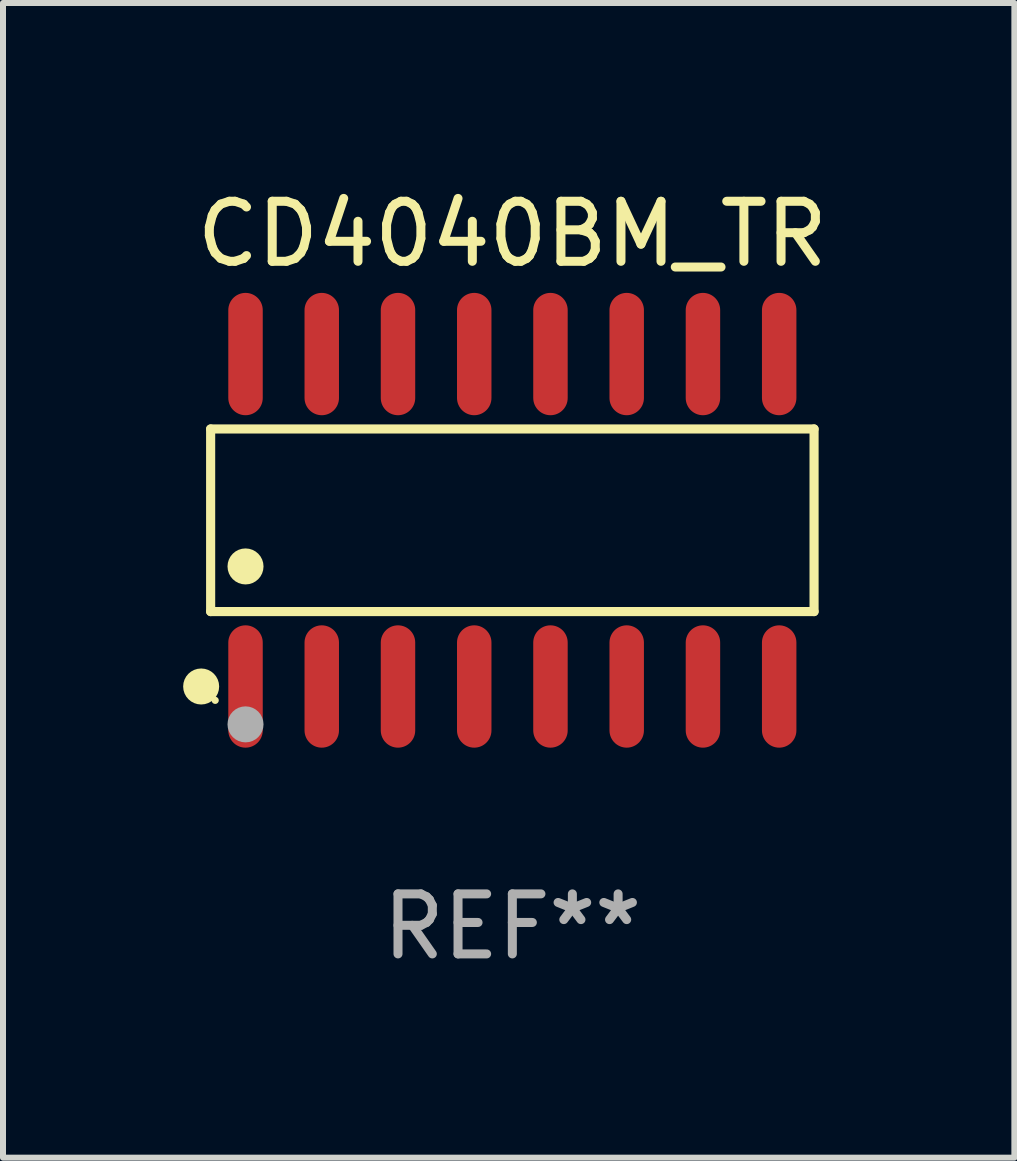
<source format=kicad_pcb>
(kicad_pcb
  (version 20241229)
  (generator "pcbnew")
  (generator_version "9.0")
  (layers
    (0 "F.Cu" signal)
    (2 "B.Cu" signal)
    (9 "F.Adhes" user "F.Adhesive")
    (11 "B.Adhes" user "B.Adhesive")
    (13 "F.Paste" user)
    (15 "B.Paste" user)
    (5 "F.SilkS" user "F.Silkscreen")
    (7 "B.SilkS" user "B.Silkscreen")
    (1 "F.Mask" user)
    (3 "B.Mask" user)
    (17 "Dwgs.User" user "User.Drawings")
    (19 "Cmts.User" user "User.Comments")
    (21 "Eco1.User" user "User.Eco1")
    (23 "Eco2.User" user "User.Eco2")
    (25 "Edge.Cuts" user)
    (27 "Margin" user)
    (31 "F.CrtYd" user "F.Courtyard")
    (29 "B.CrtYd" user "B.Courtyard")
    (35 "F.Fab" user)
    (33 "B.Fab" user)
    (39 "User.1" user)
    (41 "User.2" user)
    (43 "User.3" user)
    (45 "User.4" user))
  (footprint "CD4040BM_TR"
    (layer "F.Cu")
    (at 5.485 5.617)
    (property "Reference" "CD4040BM_TR" (at 0 -4.769 0) (layer "F.SilkS") (effects (font (size 1 1) (thickness 0.15))))
    (attr through_hole)
    (fp_line (start -5.026 -1.521) (end 5.026 -1.521) (stroke (width 0.152) (type solid)) (layer "F.SilkS"))
    (fp_line (start -5.026 1.521) (end -5.026 -1.521) (stroke (width 0.152) (type solid)) (layer "F.SilkS"))
    (fp_line (start 5.026 -1.521) (end 5.026 1.521) (stroke (width 0.152) (type solid)) (layer "F.SilkS"))
    (fp_line (start 5.026 1.521) (end -5.026 1.521) (stroke (width 0.152) (type solid)) (layer "F.SilkS"))
    (fp_circle (center -5.184 2.769) (end -5.034 2.769) (stroke (width 0.3) (type solid)) (fill no) (layer "F.SilkS"))
    (fp_circle (center -4.95 3) (end -4.92 3) (stroke (width 0.06) (type solid)) (fill no) (layer "F.SilkS"))
    (fp_circle (center -4.445 0.769) (end -4.295 0.769) (stroke (width 0.3) (type solid)) (fill no) (layer "F.SilkS"))
    (fp_circle (center -4.445 3.4) (end -4.295 3.4) (stroke (width 0.3) (type solid)) (fill no) (layer "F.Fab"))
    (fp_text user "REF**" (at 0 6.769 0) (layer "F.Fab") (effects (font (size 1 1) (thickness 0.15))))
    (pad "1" smd oval (at -4.445 2.769) (size 0.574 2.038) (layers "F.Cu" "F.Mask" "F.Paste"))
    (pad "2" smd oval (at -3.175 2.769) (size 0.574 2.038) (layers "F.Cu" "F.Mask" "F.Paste"))
    (pad "3" smd oval (at -1.905 2.769) (size 0.574 2.038) (layers "F.Cu" "F.Mask" "F.Paste"))
    (pad "4" smd oval (at -0.635 2.769) (size 0.574 2.038) (layers "F.Cu" "F.Mask" "F.Paste"))
    (pad "5" smd oval (at 0.635 2.769) (size 0.574 2.038) (layers "F.Cu" "F.Mask" "F.Paste"))
    (pad "6" smd oval (at 1.905 2.769) (size 0.574 2.038) (layers "F.Cu" "F.Mask" "F.Paste"))
    (pad "7" smd oval (at 3.175 2.769) (size 0.574 2.038) (layers "F.Cu" "F.Mask" "F.Paste"))
    (pad "8" smd oval (at 4.445 2.769) (size 0.574 2.038) (layers "F.Cu" "F.Mask" "F.Paste"))
    (pad "9" smd oval (at 4.445 -2.769) (size 0.574 2.038) (layers "F.Cu" "F.Mask" "F.Paste"))
    (pad "10" smd oval (at 3.175 -2.769) (size 0.574 2.038) (layers "F.Cu" "F.Mask" "F.Paste"))
    (pad "11" smd oval (at 1.905 -2.769) (size 0.574 2.038) (layers "F.Cu" "F.Mask" "F.Paste"))
    (pad "12" smd oval (at 0.635 -2.769) (size 0.574 2.038) (layers "F.Cu" "F.Mask" "F.Paste"))
    (pad "13" smd oval (at -0.635 -2.769) (size 0.574 2.038) (layers "F.Cu" "F.Mask" "F.Paste"))
    (pad "14" smd oval (at -1.905 -2.769) (size 0.574 2.038) (layers "F.Cu" "F.Mask" "F.Paste"))
    (pad "15" smd oval (at -3.175 -2.769) (size 0.574 2.038) (layers "F.Cu" "F.Mask" "F.Paste"))
    (pad "16" smd oval (at -4.445 -2.769) (size 0.574 2.038) (layers "F.Cu" "F.Mask" "F.Paste")))
  (gr_rect
    (start -3 -3)
    (end 13.848 16.235)
    (stroke (width 0.1) (type default))
    (fill no)
    (layer "Edge.Cuts")))
</source>
